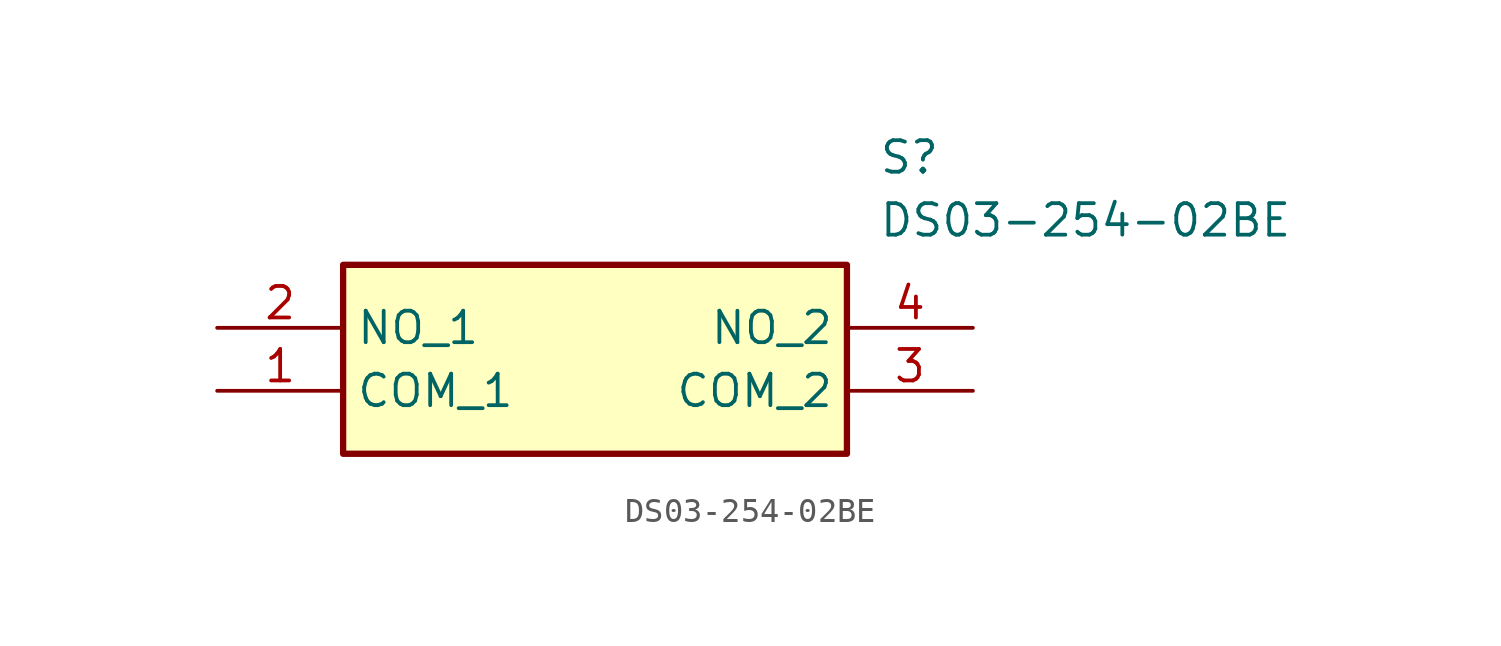
<source format=kicad_sym>
(kicad_symbol_lib
  (version 20211014)
  (generator SamacSys_ECAD_Model)
  (symbol "DS03-254-02BE"
    (property "Reference" "S"
      (at 26.67 7.62 0)
      (effects (font (size 1.27 1.27)) (justify left top)))
    (property "Value" "DS03-254-02BE"
      (at 26.67 5.08 0)
      (effects (font (size 1.27 1.27)) (justify left top)))
    (rectangle
      (start 5.08 2.54)
      (end 25.4 -5.08)
      (stroke (width 0.254) (type default))
      (fill (type background)))
    (pin passive line
      (at 0 -2.54 0)
      (length 5.08)
      (name "COM_1" (effects (font (size 1.27 1.27))))
      (number "1" (effects (font (size 1.27 1.27)))))
    (pin passive line
      (at 0 0 0)
      (length 5.08)
      (name "NO_1" (effects (font (size 1.27 1.27))))
      (number "2" (effects (font (size 1.27 1.27)))))
    (pin passive line
      (at 30.48 -2.54 180)
      (length 5.08)
      (name "COM_2" (effects (font (size 1.27 1.27))))
      (number "3" (effects (font (size 1.27 1.27)))))
    (pin passive line
      (at 30.48 0 180)
      (length 5.08)
      (name "NO_2" (effects (font (size 1.27 1.27))))
      (number "4" (effects (font (size 1.27 1.27)))))))
</source>
